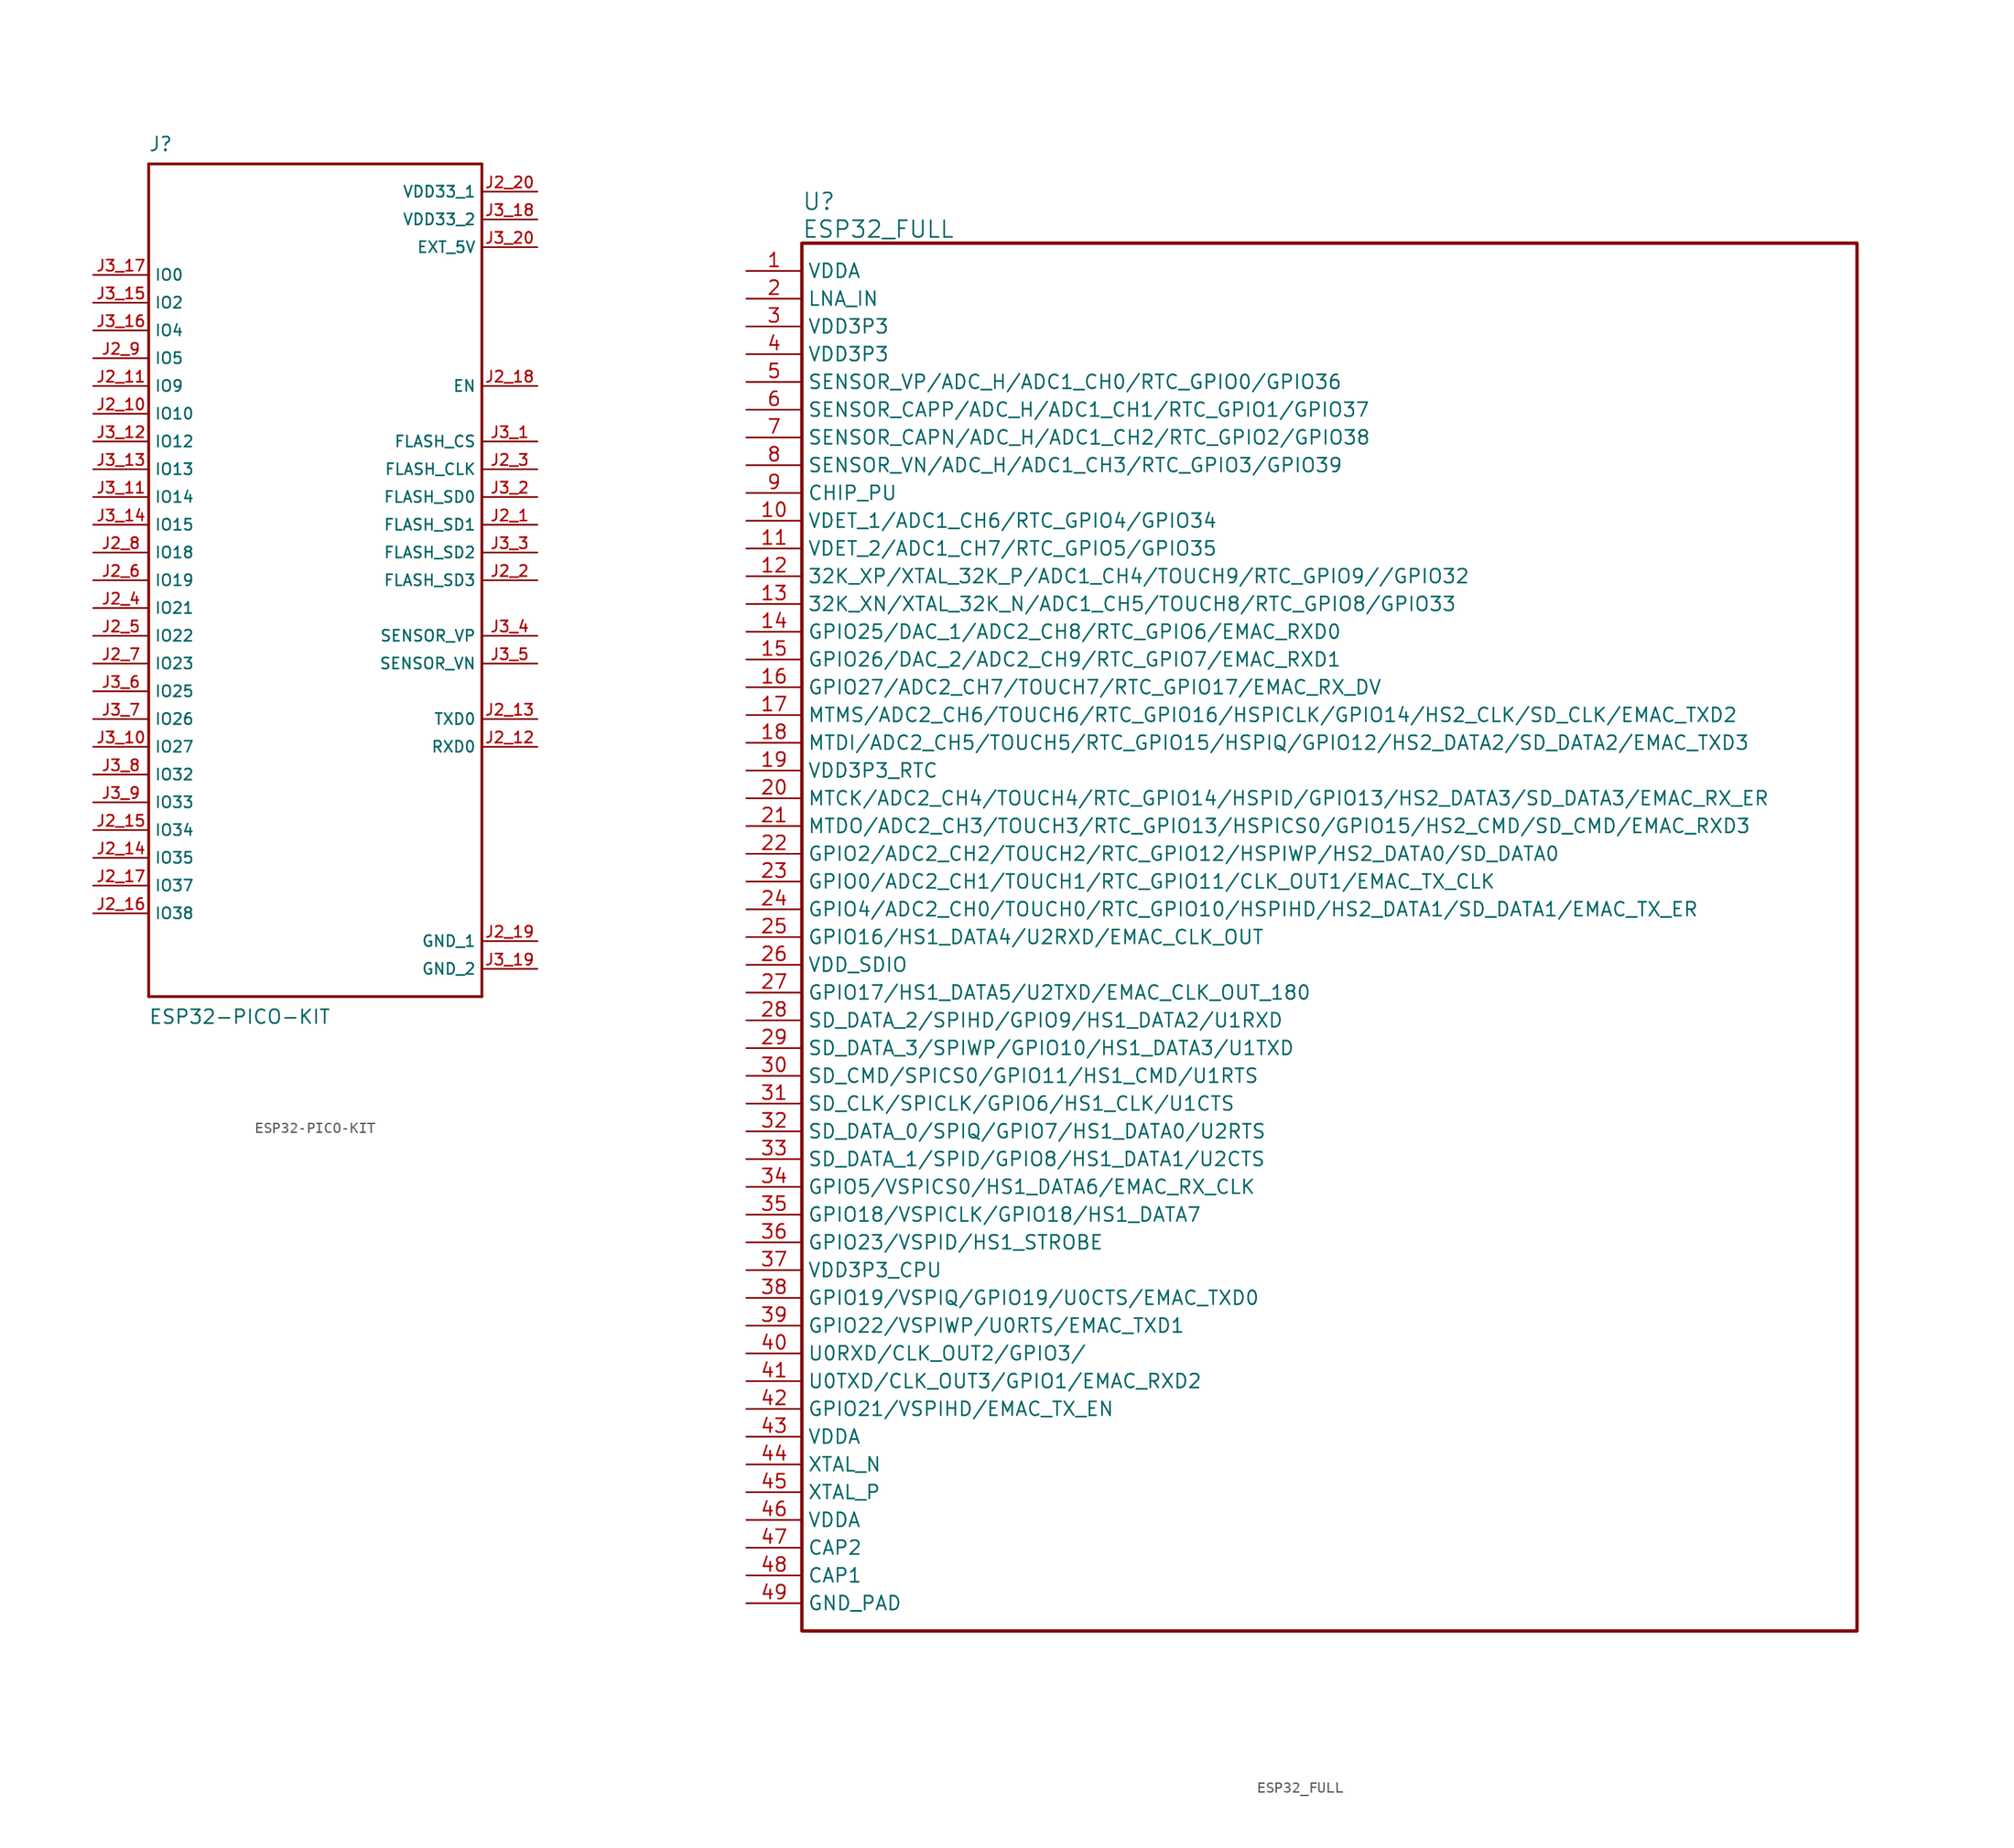
<source format=kicad_sym>
(kicad_symbol_lib
  (version 20220102)
  (generator kicad_symbol_editor)
  (symbol "ESP32-PICO-KIT"
    (property "Reference" "J"
      (at -15.265 39.167 0)
      (effects (font (size 1.27 1.27)) (justify left bottom)))
    (property "Value" "ESP32-PICO-KIT"
      (at -15.265 -40.691 0)
      (effects (font (size 1.27 1.27)) (justify left bottom)))
    (property "ki_locked" ""
      (at 0 0 0)
      (effects (font (size 1.27 1.27))))
    (symbol "ESP32-PICO-KIT_0_0"
      (polyline (pts (xy -15.24 -38.1) (xy -15.24 38.1)) (stroke (width 0.254) (type default)) (fill (type none)))
      (polyline (pts (xy -15.24 38.1) (xy 15.24 38.1)) (stroke (width 0.254) (type default)) (fill (type none)))
      (polyline (pts (xy 15.24 -38.1) (xy -15.24 -38.1)) (stroke (width 0.254) (type default)) (fill (type none)))
      (polyline (pts (xy 15.24 38.1) (xy 15.24 -38.1)) (stroke (width 0.254) (type default)) (fill (type none)))
      (pin bidirectional line (at 20.32 5.08 180) (length 5.08) (name "FLASH_SD1" (effects (font (size 1.016 1.016)))) (number "J2_1" (effects (font (size 1.016 1.016)))))
      (pin bidirectional line (at -20.32 15.24 0) (length 5.08) (name "IO10" (effects (font (size 1.016 1.016)))) (number "J2_10" (effects (font (size 1.016 1.016)))))
      (pin bidirectional line (at -20.32 17.78 0) (length 5.08) (name "IO9" (effects (font (size 1.016 1.016)))) (number "J2_11" (effects (font (size 1.016 1.016)))))
      (pin bidirectional line (at 20.32 -15.24 180) (length 5.08) (name "RXD0" (effects (font (size 1.016 1.016)))) (number "J2_12" (effects (font (size 1.016 1.016)))))
      (pin bidirectional line (at 20.32 -12.7 180) (length 5.08) (name "TXD0" (effects (font (size 1.016 1.016)))) (number "J2_13" (effects (font (size 1.016 1.016)))))
      (pin input line (at -20.32 -25.4 0) (length 5.08) (name "IO35" (effects (font (size 1.016 1.016)))) (number "J2_14" (effects (font (size 1.016 1.016)))))
      (pin input line (at -20.32 -22.86 0) (length 5.08) (name "IO34" (effects (font (size 1.016 1.016)))) (number "J2_15" (effects (font (size 1.016 1.016)))))
      (pin input line (at -20.32 -30.48 0) (length 5.08) (name "IO38" (effects (font (size 1.016 1.016)))) (number "J2_16" (effects (font (size 1.016 1.016)))))
      (pin input line (at -20.32 -27.94 0) (length 5.08) (name "IO37" (effects (font (size 1.016 1.016)))) (number "J2_17" (effects (font (size 1.016 1.016)))))
      (pin input line (at 20.32 17.78 180) (length 5.08) (name "EN" (effects (font (size 1.016 1.016)))) (number "J2_18" (effects (font (size 1.016 1.016)))))
      (pin power_in line (at 20.32 -33.02 180) (length 5.08) (name "GND_1" (effects (font (size 1.016 1.016)))) (number "J2_19" (effects (font (size 1.016 1.016)))))
      (pin bidirectional line (at 20.32 0 180) (length 5.08) (name "FLASH_SD3" (effects (font (size 1.016 1.016)))) (number "J2_2" (effects (font (size 1.016 1.016)))))
      (pin power_in line (at 20.32 35.56 180) (length 5.08) (name "VDD33_1" (effects (font (size 1.016 1.016)))) (number "J2_20" (effects (font (size 1.016 1.016)))))
      (pin bidirectional line (at 20.32 10.16 180) (length 5.08) (name "FLASH_CLK" (effects (font (size 1.016 1.016)))) (number "J2_3" (effects (font (size 1.016 1.016)))))
      (pin bidirectional line (at -20.32 -2.54 0) (length 5.08) (name "IO21" (effects (font (size 1.016 1.016)))) (number "J2_4" (effects (font (size 1.016 1.016)))))
      (pin bidirectional line (at -20.32 -5.08 0) (length 5.08) (name "IO22" (effects (font (size 1.016 1.016)))) (number "J2_5" (effects (font (size 1.016 1.016)))))
      (pin bidirectional line (at -20.32 0 0) (length 5.08) (name "IO19" (effects (font (size 1.016 1.016)))) (number "J2_6" (effects (font (size 1.016 1.016)))))
      (pin bidirectional line (at -20.32 -7.62 0) (length 5.08) (name "IO23" (effects (font (size 1.016 1.016)))) (number "J2_7" (effects (font (size 1.016 1.016)))))
      (pin bidirectional line (at -20.32 2.54 0) (length 5.08) (name "IO18" (effects (font (size 1.016 1.016)))) (number "J2_8" (effects (font (size 1.016 1.016)))))
      (pin bidirectional line (at -20.32 20.32 0) (length 5.08) (name "IO5" (effects (font (size 1.016 1.016)))) (number "J2_9" (effects (font (size 1.016 1.016)))))
      (pin bidirectional line (at 20.32 12.7 180) (length 5.08) (name "FLASH_CS" (effects (font (size 1.016 1.016)))) (number "J3_1" (effects (font (size 1.016 1.016)))))
      (pin bidirectional line (at -20.32 -15.24 0) (length 5.08) (name "IO27" (effects (font (size 1.016 1.016)))) (number "J3_10" (effects (font (size 1.016 1.016)))))
      (pin bidirectional line (at -20.32 7.62 0) (length 5.08) (name "IO14" (effects (font (size 1.016 1.016)))) (number "J3_11" (effects (font (size 1.016 1.016)))))
      (pin bidirectional line (at -20.32 12.7 0) (length 5.08) (name "IO12" (effects (font (size 1.016 1.016)))) (number "J3_12" (effects (font (size 1.016 1.016)))))
      (pin bidirectional line (at -20.32 10.16 0) (length 5.08) (name "IO13" (effects (font (size 1.016 1.016)))) (number "J3_13" (effects (font (size 1.016 1.016)))))
      (pin bidirectional line (at -20.32 5.08 0) (length 5.08) (name "IO15" (effects (font (size 1.016 1.016)))) (number "J3_14" (effects (font (size 1.016 1.016)))))
      (pin bidirectional line (at -20.32 25.4 0) (length 5.08) (name "IO2" (effects (font (size 1.016 1.016)))) (number "J3_15" (effects (font (size 1.016 1.016)))))
      (pin bidirectional line (at -20.32 22.86 0) (length 5.08) (name "IO4" (effects (font (size 1.016 1.016)))) (number "J3_16" (effects (font (size 1.016 1.016)))))
      (pin bidirectional line (at -20.32 27.94 0) (length 5.08) (name "IO0" (effects (font (size 1.016 1.016)))) (number "J3_17" (effects (font (size 1.016 1.016)))))
      (pin power_in line (at 20.32 33.02 180) (length 5.08) (name "VDD33_2" (effects (font (size 1.016 1.016)))) (number "J3_18" (effects (font (size 1.016 1.016)))))
      (pin power_in line (at 20.32 -35.56 180) (length 5.08) (name "GND_2" (effects (font (size 1.016 1.016)))) (number "J3_19" (effects (font (size 1.016 1.016)))))
      (pin bidirectional line (at 20.32 7.62 180) (length 5.08) (name "FLASH_SD0" (effects (font (size 1.016 1.016)))) (number "J3_2" (effects (font (size 1.016 1.016)))))
      (pin power_in line (at 20.32 30.48 180) (length 5.08) (name "EXT_5V" (effects (font (size 1.016 1.016)))) (number "J3_20" (effects (font (size 1.016 1.016)))))
      (pin bidirectional line (at 20.32 2.54 180) (length 5.08) (name "FLASH_SD2" (effects (font (size 1.016 1.016)))) (number "J3_3" (effects (font (size 1.016 1.016)))))
      (pin input line (at 20.32 -5.08 180) (length 5.08) (name "SENSOR_VP" (effects (font (size 1.016 1.016)))) (number "J3_4" (effects (font (size 1.016 1.016)))))
      (pin input line (at 20.32 -7.62 180) (length 5.08) (name "SENSOR_VN" (effects (font (size 1.016 1.016)))) (number "J3_5" (effects (font (size 1.016 1.016)))))
      (pin bidirectional line (at -20.32 -10.16 0) (length 5.08) (name "IO25" (effects (font (size 1.016 1.016)))) (number "J3_6" (effects (font (size 1.016 1.016)))))
      (pin bidirectional line (at -20.32 -12.7 0) (length 5.08) (name "IO26" (effects (font (size 1.016 1.016)))) (number "J3_7" (effects (font (size 1.016 1.016)))))
      (pin bidirectional line (at -20.32 -17.78 0) (length 5.08) (name "IO32" (effects (font (size 1.016 1.016)))) (number "J3_8" (effects (font (size 1.016 1.016)))))
      (pin bidirectional line (at -20.32 -20.32 0) (length 5.08) (name "IO33" (effects (font (size 1.016 1.016)))) (number "J3_9" (effects (font (size 1.016 1.016)))))))
  (symbol "ESP32_FULL"
    (property "Reference" "U"
      (at 5.08 6.35 0)
      (effects (font (size 1.524 1.524)) (justify left)))
    (property "Value" "ESP32_FULL"
      (at 5.08 3.81 0)
      (effects (font (size 1.524 1.524)) (justify left)))
    (property "ki_locked" ""
      (at 0 0 0)
      (effects (font (size 1.27 1.27))))
    (symbol "ESP32_FULL_1_1"
      (rectangle (start 5.08 2.54) (end 101.6 -124.46) (stroke (width 0.305) (type default)) (fill (type none)))
      (pin power_in line (at 0 0 0) (length 5.08) (name "VDDA" (effects (font (size 1.27 1.27)))) (number "1" (effects (font (size 1.27 1.27)))))
      (pin input line (at 0 -22.86 0) (length 5.08) (name "VDET_1/ADC1_CH6/RTC_GPIO4/GPIO34" (effects (font (size 1.27 1.27)))) (number "10" (effects (font (size 1.27 1.27)))))
      (pin input line (at 0 -25.4 0) (length 5.08) (name "VDET_2/ADC1_CH7/RTC_GPIO5/GPIO35" (effects (font (size 1.27 1.27)))) (number "11" (effects (font (size 1.27 1.27)))))
      (pin bidirectional line (at 0 -27.94 0) (length 5.08) (name "32K_XP/XTAL_32K_P/ADC1_CH4/TOUCH9/RTC_GPIO9//GPIO32" (effects (font (size 1.27 1.27)))) (number "12" (effects (font (size 1.27 1.27)))))
      (pin bidirectional line (at 0 -30.48 0) (length 5.08) (name "32K_XN/XTAL_32K_N/ADC1_CH5/TOUCH8/RTC_GPIO8/GPIO33" (effects (font (size 1.27 1.27)))) (number "13" (effects (font (size 1.27 1.27)))))
      (pin bidirectional line (at 0 -33.02 0) (length 5.08) (name "GPIO25/DAC_1/ADC2_CH8/RTC_GPIO6/EMAC_RXD0" (effects (font (size 1.27 1.27)))) (number "14" (effects (font (size 1.27 1.27)))))
      (pin bidirectional line (at 0 -35.56 0) (length 5.08) (name "GPIO26/DAC_2/ADC2_CH9/RTC_GPIO7/EMAC_RXD1" (effects (font (size 1.27 1.27)))) (number "15" (effects (font (size 1.27 1.27)))))
      (pin bidirectional line (at 0 -38.1 0) (length 5.08) (name "GPIO27/ADC2_CH7/TOUCH7/RTC_GPIO17/EMAC_RX_DV" (effects (font (size 1.27 1.27)))) (number "16" (effects (font (size 1.27 1.27)))))
      (pin bidirectional line (at 0 -40.64 0) (length 5.08) (name "MTMS/ADC2_CH6/TOUCH6/RTC_GPIO16/HSPICLK/GPIO14/HS2_CLK/SD_CLK/EMAC_TXD2" (effects (font (size 1.27 1.27)))) (number "17" (effects (font (size 1.27 1.27)))))
      (pin bidirectional line (at 0 -43.18 0) (length 5.08) (name "MTDI/ADC2_CH5/TOUCH5/RTC_GPIO15/HSPIQ/GPIO12/HS2_DATA2/SD_DATA2/EMAC_TXD3" (effects (font (size 1.27 1.27)))) (number "18" (effects (font (size 1.27 1.27)))))
      (pin power_in line (at 0 -45.72 0) (length 5.08) (name "VDD3P3_RTC" (effects (font (size 1.27 1.27)))) (number "19" (effects (font (size 1.27 1.27)))))
      (pin unspecified line (at 0 -2.54 0) (length 5.08) (name "LNA_IN" (effects (font (size 1.27 1.27)))) (number "2" (effects (font (size 1.27 1.27)))))
      (pin bidirectional line (at 0 -48.26 0) (length 5.08) (name "MTCK/ADC2_CH4/TOUCH4/RTC_GPIO14/HSPID/GPIO13/HS2_DATA3/SD_DATA3/EMAC_RX_ER" (effects (font (size 1.27 1.27)))) (number "20" (effects (font (size 1.27 1.27)))))
      (pin bidirectional line (at 0 -50.8 0) (length 5.08) (name "MTDO/ADC2_CH3/TOUCH3/RTC_GPIO13/HSPICS0/GPIO15/HS2_CMD/SD_CMD/EMAC_RXD3" (effects (font (size 1.27 1.27)))) (number "21" (effects (font (size 1.27 1.27)))))
      (pin bidirectional line (at 0 -53.34 0) (length 5.08) (name "GPIO2/ADC2_CH2/TOUCH2/RTC_GPIO12/HSPIWP/HS2_DATA0/SD_DATA0" (effects (font (size 1.27 1.27)))) (number "22" (effects (font (size 1.27 1.27)))))
      (pin bidirectional line (at 0 -55.88 0) (length 5.08) (name "GPIO0/ADC2_CH1/TOUCH1/RTC_GPIO11/CLK_OUT1/EMAC_TX_CLK" (effects (font (size 1.27 1.27)))) (number "23" (effects (font (size 1.27 1.27)))))
      (pin bidirectional line (at 0 -58.42 0) (length 5.08) (name "GPIO4/ADC2_CH0/TOUCH0/RTC_GPIO10/HSPIHD/HS2_DATA1/SD_DATA1/EMAC_TX_ER" (effects (font (size 1.27 1.27)))) (number "24" (effects (font (size 1.27 1.27)))))
      (pin bidirectional line (at 0 -60.96 0) (length 5.08) (name "GPIO16/HS1_DATA4/U2RXD/EMAC_CLK_OUT" (effects (font (size 1.27 1.27)))) (number "25" (effects (font (size 1.27 1.27)))))
      (pin power_in line (at 0 -63.5 0) (length 5.08) (name "VDD_SDIO" (effects (font (size 1.27 1.27)))) (number "26" (effects (font (size 1.27 1.27)))))
      (pin bidirectional line (at 0 -66.04 0) (length 5.08) (name "GPIO17/HS1_DATA5/U2TXD/EMAC_CLK_OUT_180" (effects (font (size 1.27 1.27)))) (number "27" (effects (font (size 1.27 1.27)))))
      (pin bidirectional line (at 0 -68.58 0) (length 5.08) (name "SD_DATA_2/SPIHD/GPIO9/HS1_DATA2/U1RXD" (effects (font (size 1.27 1.27)))) (number "28" (effects (font (size 1.27 1.27)))))
      (pin bidirectional line (at 0 -71.12 0) (length 5.08) (name "SD_DATA_3/SPIWP/GPIO10/HS1_DATA3/U1TXD" (effects (font (size 1.27 1.27)))) (number "29" (effects (font (size 1.27 1.27)))))
      (pin power_in line (at 0 -5.08 0) (length 5.08) (name "VDD3P3" (effects (font (size 1.27 1.27)))) (number "3" (effects (font (size 1.27 1.27)))))
      (pin bidirectional line (at 0 -73.66 0) (length 5.08) (name "SD_CMD/SPICS0/GPIO11/HS1_CMD/U1RTS" (effects (font (size 1.27 1.27)))) (number "30" (effects (font (size 1.27 1.27)))))
      (pin bidirectional line (at 0 -76.2 0) (length 5.08) (name "SD_CLK/SPICLK/GPIO6/HS1_CLK/U1CTS" (effects (font (size 1.27 1.27)))) (number "31" (effects (font (size 1.27 1.27)))))
      (pin bidirectional line (at 0 -78.74 0) (length 5.08) (name "SD_DATA_0/SPIQ/GPIO7/HS1_DATA0/U2RTS" (effects (font (size 1.27 1.27)))) (number "32" (effects (font (size 1.27 1.27)))))
      (pin bidirectional line (at 0 -81.28 0) (length 5.08) (name "SD_DATA_1/SPID/GPIO8/HS1_DATA1/U2CTS" (effects (font (size 1.27 1.27)))) (number "33" (effects (font (size 1.27 1.27)))))
      (pin bidirectional line (at 0 -83.82 0) (length 5.08) (name "GPIO5/VSPICS0/HS1_DATA6/EMAC_RX_CLK" (effects (font (size 1.27 1.27)))) (number "34" (effects (font (size 1.27 1.27)))))
      (pin bidirectional line (at 0 -86.36 0) (length 5.08) (name "GPIO18/VSPICLK/GPIO18/HS1_DATA7" (effects (font (size 1.27 1.27)))) (number "35" (effects (font (size 1.27 1.27)))))
      (pin bidirectional line (at 0 -88.9 0) (length 5.08) (name "GPIO23/VSPID/HS1_STROBE" (effects (font (size 1.27 1.27)))) (number "36" (effects (font (size 1.27 1.27)))))
      (pin power_in line (at 0 -91.44 0) (length 5.08) (name "VDD3P3_CPU" (effects (font (size 1.27 1.27)))) (number "37" (effects (font (size 1.27 1.27)))))
      (pin bidirectional line (at 0 -93.98 0) (length 5.08) (name "GPIO19/VSPIQ/GPIO19/U0CTS/EMAC_TXD0" (effects (font (size 1.27 1.27)))) (number "38" (effects (font (size 1.27 1.27)))))
      (pin bidirectional line (at 0 -96.52 0) (length 5.08) (name "GPIO22/VSPIWP/U0RTS/EMAC_TXD1" (effects (font (size 1.27 1.27)))) (number "39" (effects (font (size 1.27 1.27)))))
      (pin power_in line (at 0 -7.62 0) (length 5.08) (name "VDD3P3" (effects (font (size 1.27 1.27)))) (number "4" (effects (font (size 1.27 1.27)))))
      (pin bidirectional line (at 0 -99.06 0) (length 5.08) (name "U0RXD/CLK_OUT2/GPIO3/" (effects (font (size 1.27 1.27)))) (number "40" (effects (font (size 1.27 1.27)))))
      (pin bidirectional line (at 0 -101.6 0) (length 5.08) (name "U0TXD/CLK_OUT3/GPIO1/EMAC_RXD2" (effects (font (size 1.27 1.27)))) (number "41" (effects (font (size 1.27 1.27)))))
      (pin bidirectional line (at 0 -104.14 0) (length 5.08) (name "GPIO21/VSPIHD/EMAC_TX_EN" (effects (font (size 1.27 1.27)))) (number "42" (effects (font (size 1.27 1.27)))))
      (pin power_in line (at 0 -106.68 0) (length 5.08) (name "VDDA" (effects (font (size 1.27 1.27)))) (number "43" (effects (font (size 1.27 1.27)))))
      (pin passive line (at 0 -109.22 0) (length 5.08) (name "XTAL_N" (effects (font (size 1.27 1.27)))) (number "44" (effects (font (size 1.27 1.27)))))
      (pin passive line (at 0 -111.76 0) (length 5.08) (name "XTAL_P" (effects (font (size 1.27 1.27)))) (number "45" (effects (font (size 1.27 1.27)))))
      (pin power_in line (at 0 -114.3 0) (length 5.08) (name "VDDA" (effects (font (size 1.27 1.27)))) (number "46" (effects (font (size 1.27 1.27)))))
      (pin passive line (at 0 -116.84 0) (length 5.08) (name "CAP2" (effects (font (size 1.27 1.27)))) (number "47" (effects (font (size 1.27 1.27)))))
      (pin passive line (at 0 -119.38 0) (length 5.08) (name "CAP1" (effects (font (size 1.27 1.27)))) (number "48" (effects (font (size 1.27 1.27)))))
      (pin power_in line (at 0 -121.92 0) (length 5.08) (name "GND_PAD" (effects (font (size 1.27 1.27)))) (number "49" (effects (font (size 1.27 1.27)))))
      (pin input line (at 0 -10.16 0) (length 5.08) (name "SENSOR_VP/ADC_H/ADC1_CH0/RTC_GPIO0/GPIO36" (effects (font (size 1.27 1.27)))) (number "5" (effects (font (size 1.27 1.27)))))
      (pin input line (at 0 -12.7 0) (length 5.08) (name "SENSOR_CAPP/ADC_H/ADC1_CH1/RTC_GPIO1/GPIO37" (effects (font (size 1.27 1.27)))) (number "6" (effects (font (size 1.27 1.27)))))
      (pin input line (at 0 -15.24 0) (length 5.08) (name "SENSOR_CAPN/ADC_H/ADC1_CH2/RTC_GPIO2/GPIO38" (effects (font (size 1.27 1.27)))) (number "7" (effects (font (size 1.27 1.27)))))
      (pin input line (at 0 -17.78 0) (length 5.08) (name "SENSOR_VN/ADC_H/ADC1_CH3/RTC_GPIO3/GPIO39" (effects (font (size 1.27 1.27)))) (number "8" (effects (font (size 1.27 1.27)))))
      (pin input line (at 0 -20.32 0) (length 5.08) (name "CHIP_PU" (effects (font (size 1.27 1.27)))) (number "9" (effects (font (size 1.27 1.27))))))))
</source>
